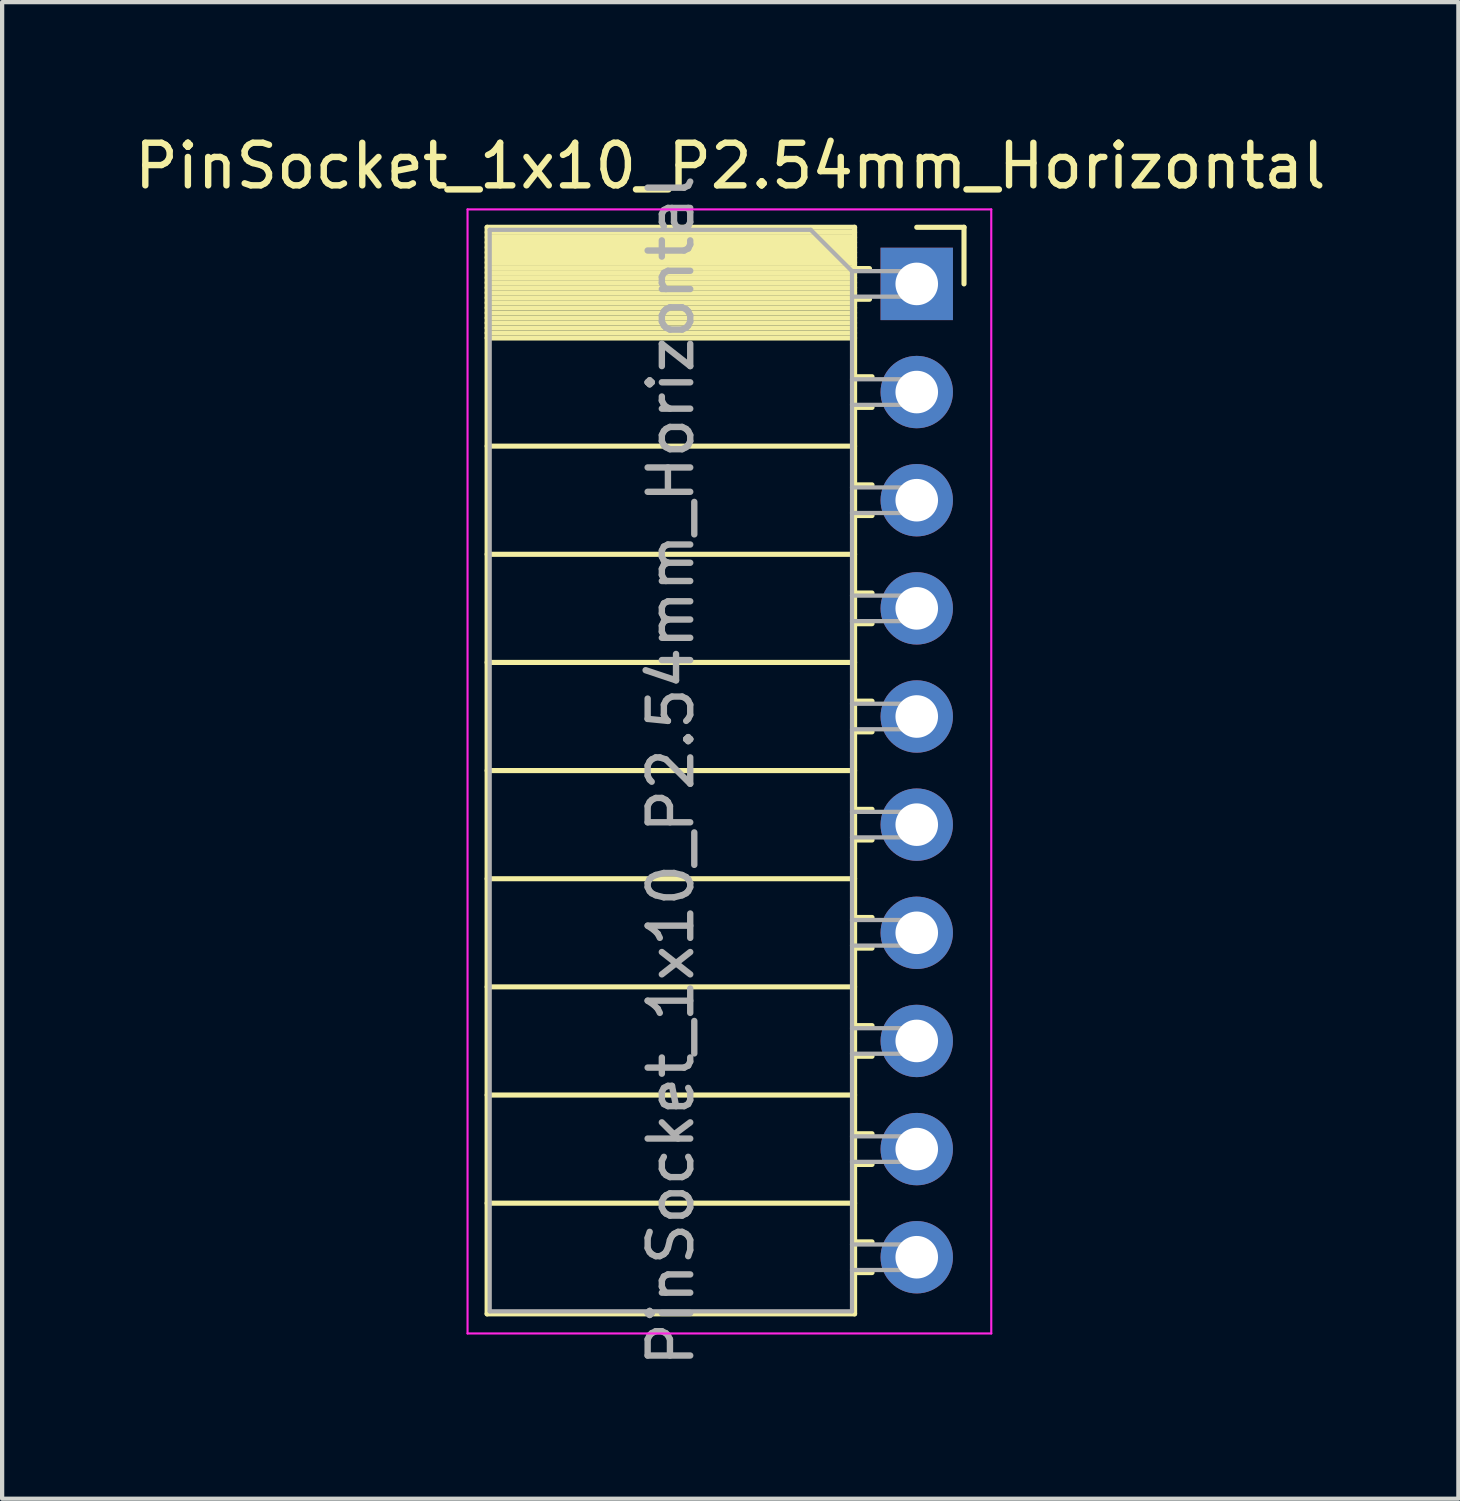
<source format=kicad_pcb>
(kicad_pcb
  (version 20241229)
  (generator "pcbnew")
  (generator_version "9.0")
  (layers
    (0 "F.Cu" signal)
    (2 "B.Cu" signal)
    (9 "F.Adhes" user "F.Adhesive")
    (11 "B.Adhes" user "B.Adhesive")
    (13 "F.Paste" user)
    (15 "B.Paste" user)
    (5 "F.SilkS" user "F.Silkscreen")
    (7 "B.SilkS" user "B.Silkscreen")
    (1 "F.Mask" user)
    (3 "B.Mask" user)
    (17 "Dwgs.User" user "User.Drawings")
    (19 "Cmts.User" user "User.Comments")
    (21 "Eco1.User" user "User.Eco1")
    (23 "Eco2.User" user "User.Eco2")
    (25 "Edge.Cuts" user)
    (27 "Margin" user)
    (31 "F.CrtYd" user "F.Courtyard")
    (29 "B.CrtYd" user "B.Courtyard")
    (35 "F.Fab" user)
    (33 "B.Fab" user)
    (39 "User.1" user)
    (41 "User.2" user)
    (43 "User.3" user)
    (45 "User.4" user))
  (footprint "PinSocket_1x10_P2.54mm_Horizontal"
    (layer "F.Cu")
    (at 18.481 3.618)
    (property "Reference" "PinSocket_1x10_P2.54mm_Horizontal" (at -4.38 -2.77 0) (layer "F.SilkS") (effects (font (size 1 1) (thickness 0.15))))
    (attr through_hole)
    (fp_line (start -10.09 -1.33) (end -10.09 24.19) (stroke (width 0.12) (type solid)) (layer "F.SilkS"))
    (fp_line (start -10.09 -1.33) (end -1.46 -1.33) (stroke (width 0.12) (type solid)) (layer "F.SilkS"))
    (fp_line (start -10.09 -1.21) (end -1.46 -1.21) (stroke (width 0.12) (type solid)) (layer "F.SilkS"))
    (fp_line (start -10.09 -1.092) (end -1.46 -1.092) (stroke (width 0.12) (type solid)) (layer "F.SilkS"))
    (fp_line (start -10.09 -0.974) (end -1.46 -0.974) (stroke (width 0.12) (type solid)) (layer "F.SilkS"))
    (fp_line (start -10.09 -0.856) (end -1.46 -0.856) (stroke (width 0.12) (type solid)) (layer "F.SilkS"))
    (fp_line (start -10.09 -0.738) (end -1.46 -0.738) (stroke (width 0.12) (type solid)) (layer "F.SilkS"))
    (fp_line (start -10.09 -0.62) (end -1.46 -0.62) (stroke (width 0.12) (type solid)) (layer "F.SilkS"))
    (fp_line (start -10.09 -0.501) (end -1.46 -0.501) (stroke (width 0.12) (type solid)) (layer "F.SilkS"))
    (fp_line (start -10.09 -0.383) (end -1.46 -0.383) (stroke (width 0.12) (type solid)) (layer "F.SilkS"))
    (fp_line (start -10.09 -0.265) (end -1.46 -0.265) (stroke (width 0.12) (type solid)) (layer "F.SilkS"))
    (fp_line (start -10.09 -0.147) (end -1.46 -0.147) (stroke (width 0.12) (type solid)) (layer "F.SilkS"))
    (fp_line (start -10.09 -0.029) (end -1.46 -0.029) (stroke (width 0.12) (type solid)) (layer "F.SilkS"))
    (fp_line (start -10.09 0.089) (end -1.46 0.089) (stroke (width 0.12) (type solid)) (layer "F.SilkS"))
    (fp_line (start -10.09 0.207) (end -1.46 0.207) (stroke (width 0.12) (type solid)) (layer "F.SilkS"))
    (fp_line (start -10.09 0.325) (end -1.46 0.325) (stroke (width 0.12) (type solid)) (layer "F.SilkS"))
    (fp_line (start -10.09 0.443) (end -1.46 0.443) (stroke (width 0.12) (type solid)) (layer "F.SilkS"))
    (fp_line (start -10.09 0.561) (end -1.46 0.561) (stroke (width 0.12) (type solid)) (layer "F.SilkS"))
    (fp_line (start -10.09 0.68) (end -1.46 0.68) (stroke (width 0.12) (type solid)) (layer "F.SilkS"))
    (fp_line (start -10.09 0.798) (end -1.46 0.798) (stroke (width 0.12) (type solid)) (layer "F.SilkS"))
    (fp_line (start -10.09 0.916) (end -1.46 0.916) (stroke (width 0.12) (type solid)) (layer "F.SilkS"))
    (fp_line (start -10.09 1.034) (end -1.46 1.034) (stroke (width 0.12) (type solid)) (layer "F.SilkS"))
    (fp_line (start -10.09 1.152) (end -1.46 1.152) (stroke (width 0.12) (type solid)) (layer "F.SilkS"))
    (fp_line (start -10.09 1.27) (end -1.46 1.27) (stroke (width 0.12) (type solid)) (layer "F.SilkS"))
    (fp_line (start -10.09 3.81) (end -1.46 3.81) (stroke (width 0.12) (type solid)) (layer "F.SilkS"))
    (fp_line (start -10.09 6.35) (end -1.46 6.35) (stroke (width 0.12) (type solid)) (layer "F.SilkS"))
    (fp_line (start -10.09 8.89) (end -1.46 8.89) (stroke (width 0.12) (type solid)) (layer "F.SilkS"))
    (fp_line (start -10.09 11.43) (end -1.46 11.43) (stroke (width 0.12) (type solid)) (layer "F.SilkS"))
    (fp_line (start -10.09 13.97) (end -1.46 13.97) (stroke (width 0.12) (type solid)) (layer "F.SilkS"))
    (fp_line (start -10.09 16.51) (end -1.46 16.51) (stroke (width 0.12) (type solid)) (layer "F.SilkS"))
    (fp_line (start -10.09 19.05) (end -1.46 19.05) (stroke (width 0.12) (type solid)) (layer "F.SilkS"))
    (fp_line (start -10.09 21.59) (end -1.46 21.59) (stroke (width 0.12) (type solid)) (layer "F.SilkS"))
    (fp_line (start -10.09 24.19) (end -1.46 24.19) (stroke (width 0.12) (type solid)) (layer "F.SilkS"))
    (fp_line (start -1.46 -1.33) (end -1.46 24.19) (stroke (width 0.12) (type solid)) (layer "F.SilkS"))
    (fp_line (start -1.46 -0.36) (end -1.11 -0.36) (stroke (width 0.12) (type solid)) (layer "F.SilkS"))
    (fp_line (start -1.46 0.36) (end -1.11 0.36) (stroke (width 0.12) (type solid)) (layer "F.SilkS"))
    (fp_line (start -1.46 2.18) (end -1.05 2.18) (stroke (width 0.12) (type solid)) (layer "F.SilkS"))
    (fp_line (start -1.46 2.9) (end -1.05 2.9) (stroke (width 0.12) (type solid)) (layer "F.SilkS"))
    (fp_line (start -1.46 4.72) (end -1.05 4.72) (stroke (width 0.12) (type solid)) (layer "F.SilkS"))
    (fp_line (start -1.46 5.44) (end -1.05 5.44) (stroke (width 0.12) (type solid)) (layer "F.SilkS"))
    (fp_line (start -1.46 7.26) (end -1.05 7.26) (stroke (width 0.12) (type solid)) (layer "F.SilkS"))
    (fp_line (start -1.46 7.98) (end -1.05 7.98) (stroke (width 0.12) (type solid)) (layer "F.SilkS"))
    (fp_line (start -1.46 9.8) (end -1.05 9.8) (stroke (width 0.12) (type solid)) (layer "F.SilkS"))
    (fp_line (start -1.46 10.52) (end -1.05 10.52) (stroke (width 0.12) (type solid)) (layer "F.SilkS"))
    (fp_line (start -1.46 12.34) (end -1.05 12.34) (stroke (width 0.12) (type solid)) (layer "F.SilkS"))
    (fp_line (start -1.46 13.06) (end -1.05 13.06) (stroke (width 0.12) (type solid)) (layer "F.SilkS"))
    (fp_line (start -1.46 14.88) (end -1.05 14.88) (stroke (width 0.12) (type solid)) (layer "F.SilkS"))
    (fp_line (start -1.46 15.6) (end -1.05 15.6) (stroke (width 0.12) (type solid)) (layer "F.SilkS"))
    (fp_line (start -1.46 17.42) (end -1.05 17.42) (stroke (width 0.12) (type solid)) (layer "F.SilkS"))
    (fp_line (start -1.46 18.14) (end -1.05 18.14) (stroke (width 0.12) (type solid)) (layer "F.SilkS"))
    (fp_line (start -1.46 19.96) (end -1.05 19.96) (stroke (width 0.12) (type solid)) (layer "F.SilkS"))
    (fp_line (start -1.46 20.68) (end -1.05 20.68) (stroke (width 0.12) (type solid)) (layer "F.SilkS"))
    (fp_line (start -1.46 22.5) (end -1.05 22.5) (stroke (width 0.12) (type solid)) (layer "F.SilkS"))
    (fp_line (start -1.46 23.22) (end -1.05 23.22) (stroke (width 0.12) (type solid)) (layer "F.SilkS"))
    (fp_line (start 0 -1.33) (end 1.11 -1.33) (stroke (width 0.12) (type solid)) (layer "F.SilkS"))
    (fp_line (start 1.11 -1.33) (end 1.11 0) (stroke (width 0.12) (type solid)) (layer "F.SilkS"))
    (fp_line (start -10.55 -1.75) (end -10.55 24.65) (stroke (width 0.05) (type solid)) (layer "F.CrtYd"))
    (fp_line (start -10.55 24.65) (end 1.75 24.65) (stroke (width 0.05) (type solid)) (layer "F.CrtYd"))
    (fp_line (start 1.75 -1.75) (end -10.55 -1.75) (stroke (width 0.05) (type solid)) (layer "F.CrtYd"))
    (fp_line (start 1.75 24.65) (end 1.75 -1.75) (stroke (width 0.05) (type solid)) (layer "F.CrtYd"))
    (fp_line (start -10.03 -1.27) (end -2.49 -1.27) (stroke (width 0.1) (type solid)) (layer "F.Fab"))
    (fp_line (start -10.03 24.13) (end -10.03 -1.27) (stroke (width 0.1) (type solid)) (layer "F.Fab"))
    (fp_line (start -2.49 -1.27) (end -1.52 -0.3) (stroke (width 0.1) (type solid)) (layer "F.Fab"))
    (fp_line (start -1.52 -0.3) (end -1.52 24.13) (stroke (width 0.1) (type solid)) (layer "F.Fab"))
    (fp_line (start -1.52 0.3) (end 0 0.3) (stroke (width 0.1) (type solid)) (layer "F.Fab"))
    (fp_line (start -1.52 2.84) (end 0 2.84) (stroke (width 0.1) (type solid)) (layer "F.Fab"))
    (fp_line (start -1.52 5.38) (end 0 5.38) (stroke (width 0.1) (type solid)) (layer "F.Fab"))
    (fp_line (start -1.52 7.92) (end 0 7.92) (stroke (width 0.1) (type solid)) (layer "F.Fab"))
    (fp_line (start -1.52 10.46) (end 0 10.46) (stroke (width 0.1) (type solid)) (layer "F.Fab"))
    (fp_line (start -1.52 13) (end 0 13) (stroke (width 0.1) (type solid)) (layer "F.Fab"))
    (fp_line (start -1.52 15.54) (end 0 15.54) (stroke (width 0.1) (type solid)) (layer "F.Fab"))
    (fp_line (start -1.52 18.08) (end 0 18.08) (stroke (width 0.1) (type solid)) (layer "F.Fab"))
    (fp_line (start -1.52 20.62) (end 0 20.62) (stroke (width 0.1) (type solid)) (layer "F.Fab"))
    (fp_line (start -1.52 23.16) (end 0 23.16) (stroke (width 0.1) (type solid)) (layer "F.Fab"))
    (fp_line (start -1.52 24.13) (end -10.03 24.13) (stroke (width 0.1) (type solid)) (layer "F.Fab"))
    (fp_line (start 0 -0.3) (end -1.52 -0.3) (stroke (width 0.1) (type solid)) (layer "F.Fab"))
    (fp_line (start 0 0.3) (end 0 -0.3) (stroke (width 0.1) (type solid)) (layer "F.Fab"))
    (fp_line (start 0 2.24) (end -1.52 2.24) (stroke (width 0.1) (type solid)) (layer "F.Fab"))
    (fp_line (start 0 2.84) (end 0 2.24) (stroke (width 0.1) (type solid)) (layer "F.Fab"))
    (fp_line (start 0 4.78) (end -1.52 4.78) (stroke (width 0.1) (type solid)) (layer "F.Fab"))
    (fp_line (start 0 5.38) (end 0 4.78) (stroke (width 0.1) (type solid)) (layer "F.Fab"))
    (fp_line (start 0 7.32) (end -1.52 7.32) (stroke (width 0.1) (type solid)) (layer "F.Fab"))
    (fp_line (start 0 7.92) (end 0 7.32) (stroke (width 0.1) (type solid)) (layer "F.Fab"))
    (fp_line (start 0 9.86) (end -1.52 9.86) (stroke (width 0.1) (type solid)) (layer "F.Fab"))
    (fp_line (start 0 10.46) (end 0 9.86) (stroke (width 0.1) (type solid)) (layer "F.Fab"))
    (fp_line (start 0 12.4) (end -1.52 12.4) (stroke (width 0.1) (type solid)) (layer "F.Fab"))
    (fp_line (start 0 13) (end 0 12.4) (stroke (width 0.1) (type solid)) (layer "F.Fab"))
    (fp_line (start 0 14.94) (end -1.52 14.94) (stroke (width 0.1) (type solid)) (layer "F.Fab"))
    (fp_line (start 0 15.54) (end 0 14.94) (stroke (width 0.1) (type solid)) (layer "F.Fab"))
    (fp_line (start 0 17.48) (end -1.52 17.48) (stroke (width 0.1) (type solid)) (layer "F.Fab"))
    (fp_line (start 0 18.08) (end 0 17.48) (stroke (width 0.1) (type solid)) (layer "F.Fab"))
    (fp_line (start 0 20.02) (end -1.52 20.02) (stroke (width 0.1) (type solid)) (layer "F.Fab"))
    (fp_line (start 0 20.62) (end 0 20.02) (stroke (width 0.1) (type solid)) (layer "F.Fab"))
    (fp_line (start 0 22.56) (end -1.52 22.56) (stroke (width 0.1) (type solid)) (layer "F.Fab"))
    (fp_line (start 0 23.16) (end 0 22.56) (stroke (width 0.1) (type solid)) (layer "F.Fab"))
    (fp_text user "${REFERENCE}" (at -5.775 11.43 90) (layer "F.Fab") (effects (font (size 1 1) (thickness 0.15))))
    (pad "1" thru_hole rect (at 0 0) (size 1.7 1.7) (drill 1) (layers "*.Cu" "*.Mask"))
    (pad "2" thru_hole oval (at 0 2.54) (size 1.7 1.7) (drill 1) (layers "*.Cu" "*.Mask"))
    (pad "3" thru_hole oval (at 0 5.08) (size 1.7 1.7) (drill 1) (layers "*.Cu" "*.Mask"))
    (pad "4" thru_hole oval (at 0 7.62) (size 1.7 1.7) (drill 1) (layers "*.Cu" "*.Mask"))
    (pad "5" thru_hole oval (at 0 10.16) (size 1.7 1.7) (drill 1) (layers "*.Cu" "*.Mask"))
    (pad "6" thru_hole oval (at 0 12.7) (size 1.7 1.7) (drill 1) (layers "*.Cu" "*.Mask"))
    (pad "7" thru_hole oval (at 0 15.24) (size 1.7 1.7) (drill 1) (layers "*.Cu" "*.Mask"))
    (pad "8" thru_hole oval (at 0 17.78) (size 1.7 1.7) (drill 1) (layers "*.Cu" "*.Mask"))
    (pad "9" thru_hole oval (at 0 20.32) (size 1.7 1.7) (drill 1) (layers "*.Cu" "*.Mask"))
    (pad "10" thru_hole oval (at 0 22.86) (size 1.7 1.7) (drill 1) (layers "*.Cu" "*.Mask")))
  (gr_rect
    (start -3 -3)
    (end 31.202 32.149)
    (stroke (width 0.1) (type default))
    (fill no)
    (layer "Edge.Cuts")))
</source>
